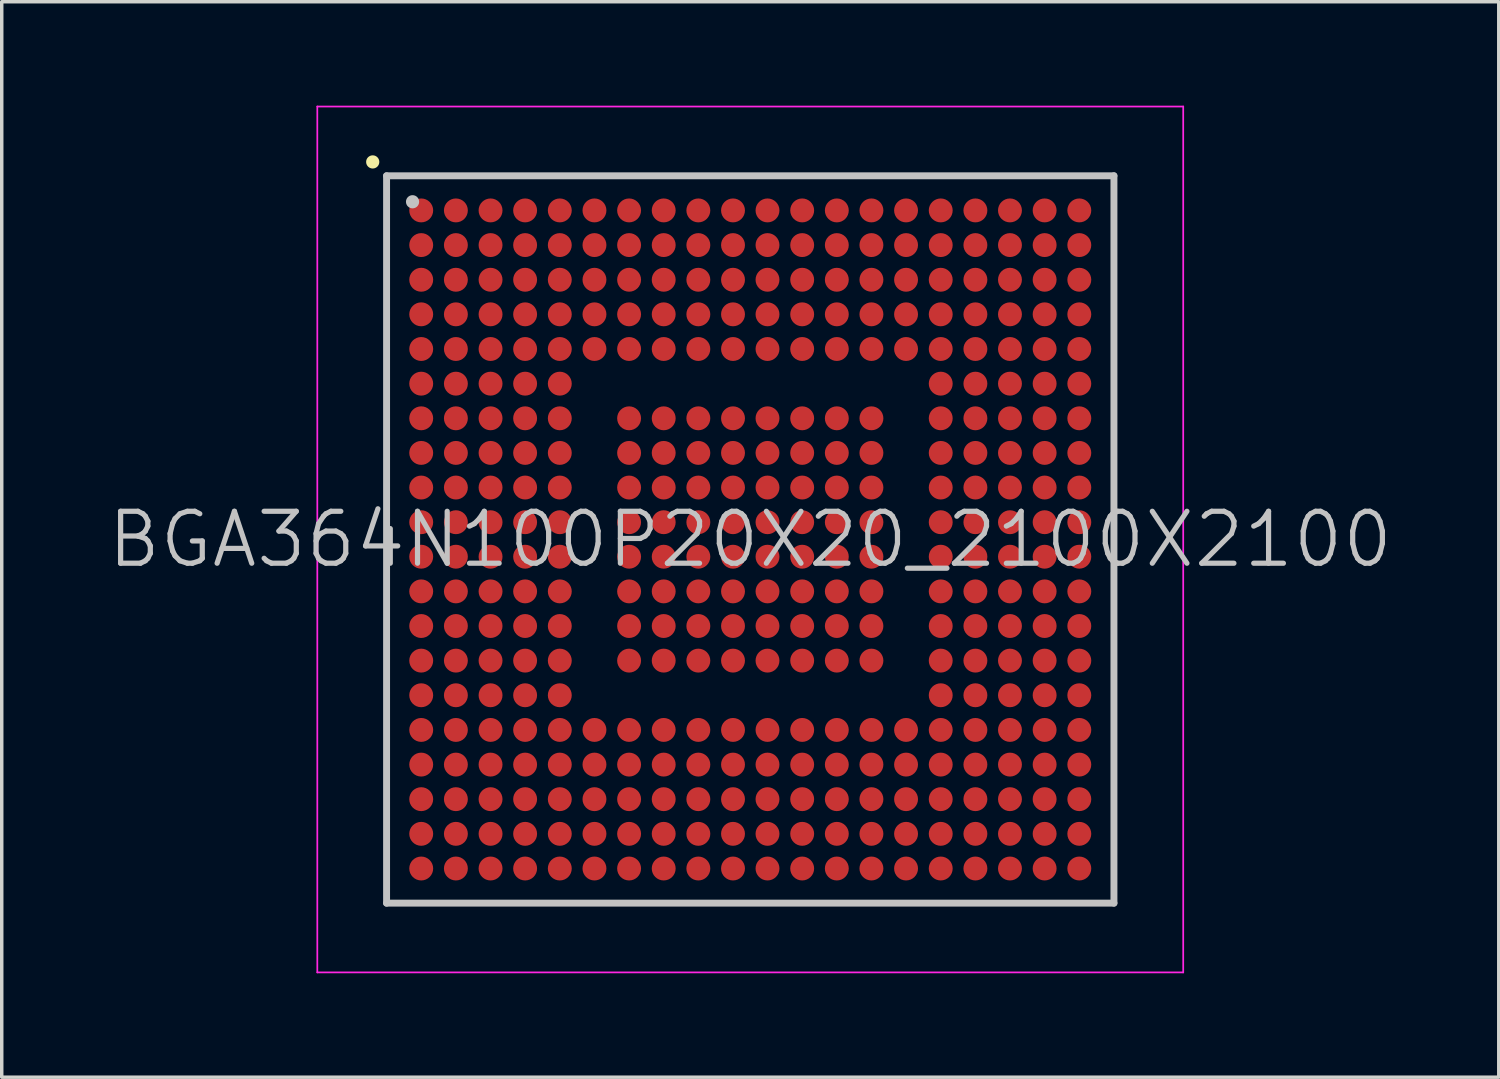
<source format=kicad_pcb>
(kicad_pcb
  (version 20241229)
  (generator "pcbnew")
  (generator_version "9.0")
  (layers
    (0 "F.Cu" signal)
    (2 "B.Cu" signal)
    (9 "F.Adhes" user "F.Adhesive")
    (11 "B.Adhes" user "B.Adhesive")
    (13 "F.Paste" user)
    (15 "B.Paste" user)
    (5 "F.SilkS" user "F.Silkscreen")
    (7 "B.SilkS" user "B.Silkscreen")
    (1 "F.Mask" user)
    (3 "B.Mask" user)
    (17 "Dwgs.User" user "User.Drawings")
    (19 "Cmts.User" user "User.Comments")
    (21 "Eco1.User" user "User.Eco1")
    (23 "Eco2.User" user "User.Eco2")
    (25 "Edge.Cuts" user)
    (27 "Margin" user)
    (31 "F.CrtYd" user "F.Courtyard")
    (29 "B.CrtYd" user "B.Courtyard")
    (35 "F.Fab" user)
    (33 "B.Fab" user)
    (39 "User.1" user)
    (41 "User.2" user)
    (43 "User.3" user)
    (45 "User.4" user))
  (footprint "BGA364N100P20X20_2100X2100"
    (layer "F.Cu")
    (at 18.611 12.525)
    (property "Reference" "BGA364N100P20X20_2100X2100" (at 0 0 0) (layer "Dwgs.User") (effects (font (size 1.5 1.5) (thickness 0.15))))
    (attr smd)
    (fp_line (start -10.9 -10.9) (end -10.9 -10.9) (stroke (width 0.381) (type solid)) (layer "F.SilkS"))
    (fp_line (start -10.5 -10.5) (end -10.5 10.5) (stroke (width 0.2) (type solid)) (layer "Dwgs.User"))
    (fp_line (start -10.5 -10.5) (end 10.5 -10.5) (stroke (width 0.2) (type solid)) (layer "Dwgs.User"))
    (fp_line (start -10.5 10.5) (end 10.5 10.5) (stroke (width 0.2) (type solid)) (layer "Dwgs.User"))
    (fp_line (start -9.75 -9.75) (end -9.75 -9.75) (stroke (width 0.381) (type solid)) (layer "Dwgs.User"))
    (fp_line (start 10.5 -10.5) (end 10.5 10.5) (stroke (width 0.2) (type solid)) (layer "Dwgs.User"))
    (fp_line (start -12.5 -12.5) (end -12.5 12.5) (stroke (width 0.05) (type solid)) (layer "F.CrtYd"))
    (fp_line (start -12.5 -12.5) (end 12.5 -12.5) (stroke (width 0.05) (type solid)) (layer "F.CrtYd"))
    (fp_line (start -12.5 12.5) (end 12.5 12.5) (stroke (width 0.05) (type solid)) (layer "F.CrtYd"))
    (fp_line (start 12.5 -12.5) (end 12.5 12.5) (stroke (width 0.05) (type solid)) (layer "F.CrtYd"))
    (pad "A1" smd circle (at -9.5 -9.5 270) (size 0.69 0.69) (layers "F.Cu" "F.Mask" "F.Paste"))
    (pad "A2" smd circle (at -8.499 -9.5 270) (size 0.69 0.69) (layers "F.Cu" "F.Mask" "F.Paste"))
    (pad "A3" smd circle (at -7.498 -9.5 270) (size 0.69 0.69) (layers "F.Cu" "F.Mask" "F.Paste"))
    (pad "A4" smd circle (at -6.5 -9.5 270) (size 0.69 0.69) (layers "F.Cu" "F.Mask" "F.Paste"))
    (pad "A5" smd circle (at -5.499 -9.5 270) (size 0.69 0.69) (layers "F.Cu" "F.Mask" "F.Paste"))
    (pad "A6" smd circle (at -4.498 -9.5 270) (size 0.69 0.69) (layers "F.Cu" "F.Mask" "F.Paste"))
    (pad "A7" smd circle (at -3.498 -9.5 270) (size 0.69 0.69) (layers "F.Cu" "F.Mask" "F.Paste"))
    (pad "A8" smd circle (at -2.499 -9.5 270) (size 0.69 0.69) (layers "F.Cu" "F.Mask" "F.Paste"))
    (pad "A9" smd circle (at -1.499 -9.5 270) (size 0.69 0.69) (layers "F.Cu" "F.Mask" "F.Paste"))
    (pad "A10" smd circle (at -0.498 -9.5 270) (size 0.69 0.69) (layers "F.Cu" "F.Mask" "F.Paste"))
    (pad "A11" smd circle (at 0.498 -9.5 270) (size 0.69 0.69) (layers "F.Cu" "F.Mask" "F.Paste"))
    (pad "A12" smd circle (at 1.499 -9.5 270) (size 0.69 0.69) (layers "F.Cu" "F.Mask" "F.Paste"))
    (pad "A13" smd circle (at 2.499 -9.5 270) (size 0.69 0.69) (layers "F.Cu" "F.Mask" "F.Paste"))
    (pad "A14" smd circle (at 3.498 -9.5 270) (size 0.69 0.69) (layers "F.Cu" "F.Mask" "F.Paste"))
    (pad "A15" smd circle (at 4.498 -9.5 270) (size 0.69 0.69) (layers "F.Cu" "F.Mask" "F.Paste"))
    (pad "A16" smd circle (at 5.499 -9.5 270) (size 0.69 0.69) (layers "F.Cu" "F.Mask" "F.Paste"))
    (pad "A17" smd circle (at 6.5 -9.5 270) (size 0.69 0.69) (layers "F.Cu" "F.Mask" "F.Paste"))
    (pad "A18" smd circle (at 7.498 -9.5 270) (size 0.69 0.69) (layers "F.Cu" "F.Mask" "F.Paste"))
    (pad "A19" smd circle (at 8.499 -9.5 270) (size 0.69 0.69) (layers "F.Cu" "F.Mask" "F.Paste"))
    (pad "A20" smd circle (at 9.5 -9.5 270) (size 0.69 0.69) (layers "F.Cu" "F.Mask" "F.Paste"))
    (pad "B1" smd circle (at -9.5 -8.499 270) (size 0.69 0.69) (layers "F.Cu" "F.Mask" "F.Paste"))
    (pad "B2" smd circle (at -8.499 -8.499 270) (size 0.69 0.69) (layers "F.Cu" "F.Mask" "F.Paste"))
    (pad "B3" smd circle (at -7.498 -8.499 270) (size 0.69 0.69) (layers "F.Cu" "F.Mask" "F.Paste"))
    (pad "B4" smd circle (at -6.5 -8.499 270) (size 0.69 0.69) (layers "F.Cu" "F.Mask" "F.Paste"))
    (pad "B5" smd circle (at -5.499 -8.499 270) (size 0.69 0.69) (layers "F.Cu" "F.Mask" "F.Paste"))
    (pad "B6" smd circle (at -4.498 -8.499 270) (size 0.69 0.69) (layers "F.Cu" "F.Mask" "F.Paste"))
    (pad "B7" smd circle (at -3.498 -8.499 270) (size 0.69 0.69) (layers "F.Cu" "F.Mask" "F.Paste"))
    (pad "B8" smd circle (at -2.499 -8.499 270) (size 0.69 0.69) (layers "F.Cu" "F.Mask" "F.Paste"))
    (pad "B9" smd circle (at -1.499 -8.499 270) (size 0.69 0.69) (layers "F.Cu" "F.Mask" "F.Paste"))
    (pad "B10" smd circle (at -0.498 -8.499 270) (size 0.69 0.69) (layers "F.Cu" "F.Mask" "F.Paste"))
    (pad "B11" smd circle (at 0.498 -8.499 270) (size 0.69 0.69) (layers "F.Cu" "F.Mask" "F.Paste"))
    (pad "B12" smd circle (at 1.499 -8.499 270) (size 0.69 0.69) (layers "F.Cu" "F.Mask" "F.Paste"))
    (pad "B13" smd circle (at 2.499 -8.499 270) (size 0.69 0.69) (layers "F.Cu" "F.Mask" "F.Paste"))
    (pad "B14" smd circle (at 3.498 -8.499 270) (size 0.69 0.69) (layers "F.Cu" "F.Mask" "F.Paste"))
    (pad "B15" smd circle (at 4.498 -8.499 270) (size 0.69 0.69) (layers "F.Cu" "F.Mask" "F.Paste"))
    (pad "B16" smd circle (at 5.499 -8.499 270) (size 0.69 0.69) (layers "F.Cu" "F.Mask" "F.Paste"))
    (pad "B17" smd circle (at 6.5 -8.499 270) (size 0.69 0.69) (layers "F.Cu" "F.Mask" "F.Paste"))
    (pad "B18" smd circle (at 7.498 -8.499 270) (size 0.69 0.69) (layers "F.Cu" "F.Mask" "F.Paste"))
    (pad "B19" smd circle (at 8.499 -8.499 270) (size 0.69 0.69) (layers "F.Cu" "F.Mask" "F.Paste"))
    (pad "B20" smd circle (at 9.5 -8.499 270) (size 0.69 0.69) (layers "F.Cu" "F.Mask" "F.Paste"))
    (pad "C1" smd circle (at -9.5 -7.498 270) (size 0.69 0.69) (layers "F.Cu" "F.Mask" "F.Paste"))
    (pad "C2" smd circle (at -8.499 -7.498 270) (size 0.69 0.69) (layers "F.Cu" "F.Mask" "F.Paste"))
    (pad "C3" smd circle (at -7.498 -7.498 270) (size 0.69 0.69) (layers "F.Cu" "F.Mask" "F.Paste"))
    (pad "C4" smd circle (at -6.5 -7.498 270) (size 0.69 0.69) (layers "F.Cu" "F.Mask" "F.Paste"))
    (pad "C5" smd circle (at -5.499 -7.498 270) (size 0.69 0.69) (layers "F.Cu" "F.Mask" "F.Paste"))
    (pad "C6" smd circle (at -4.498 -7.498 270) (size 0.69 0.69) (layers "F.Cu" "F.Mask" "F.Paste"))
    (pad "C7" smd circle (at -3.498 -7.498 270) (size 0.69 0.69) (layers "F.Cu" "F.Mask" "F.Paste"))
    (pad "C8" smd circle (at -2.499 -7.498 270) (size 0.69 0.69) (layers "F.Cu" "F.Mask" "F.Paste"))
    (pad "C9" smd circle (at -1.499 -7.498 270) (size 0.69 0.69) (layers "F.Cu" "F.Mask" "F.Paste"))
    (pad "C10" smd circle (at -0.498 -7.498 270) (size 0.69 0.69) (layers "F.Cu" "F.Mask" "F.Paste"))
    (pad "C11" smd circle (at 0.498 -7.498 270) (size 0.69 0.69) (layers "F.Cu" "F.Mask" "F.Paste"))
    (pad "C12" smd circle (at 1.499 -7.498 270) (size 0.69 0.69) (layers "F.Cu" "F.Mask" "F.Paste"))
    (pad "C13" smd circle (at 2.499 -7.498 270) (size 0.69 0.69) (layers "F.Cu" "F.Mask" "F.Paste"))
    (pad "C14" smd circle (at 3.498 -7.498 270) (size 0.69 0.69) (layers "F.Cu" "F.Mask" "F.Paste"))
    (pad "C15" smd circle (at 4.498 -7.498 270) (size 0.69 0.69) (layers "F.Cu" "F.Mask" "F.Paste"))
    (pad "C16" smd circle (at 5.499 -7.498 270) (size 0.69 0.69) (layers "F.Cu" "F.Mask" "F.Paste"))
    (pad "C17" smd circle (at 6.5 -7.498 270) (size 0.69 0.69) (layers "F.Cu" "F.Mask" "F.Paste"))
    (pad "C18" smd circle (at 7.498 -7.498 270) (size 0.69 0.69) (layers "F.Cu" "F.Mask" "F.Paste"))
    (pad "C19" smd circle (at 8.499 -7.498 270) (size 0.69 0.69) (layers "F.Cu" "F.Mask" "F.Paste"))
    (pad "C20" smd circle (at 9.5 -7.498 270) (size 0.69 0.69) (layers "F.Cu" "F.Mask" "F.Paste"))
    (pad "D1" smd circle (at -9.5 -6.5 270) (size 0.69 0.69) (layers "F.Cu" "F.Mask" "F.Paste"))
    (pad "D2" smd circle (at -8.499 -6.5 270) (size 0.69 0.69) (layers "F.Cu" "F.Mask" "F.Paste"))
    (pad "D3" smd circle (at -7.498 -6.5 270) (size 0.69 0.69) (layers "F.Cu" "F.Mask" "F.Paste"))
    (pad "D4" smd circle (at -6.5 -6.5 270) (size 0.69 0.69) (layers "F.Cu" "F.Mask" "F.Paste"))
    (pad "D5" smd circle (at -5.499 -6.5 270) (size 0.69 0.69) (layers "F.Cu" "F.Mask" "F.Paste"))
    (pad "D6" smd circle (at -4.498 -6.5 270) (size 0.69 0.69) (layers "F.Cu" "F.Mask" "F.Paste"))
    (pad "D7" smd circle (at -3.498 -6.5 270) (size 0.69 0.69) (layers "F.Cu" "F.Mask" "F.Paste"))
    (pad "D8" smd circle (at -2.499 -6.5 270) (size 0.69 0.69) (layers "F.Cu" "F.Mask" "F.Paste"))
    (pad "D9" smd circle (at -1.499 -6.5 270) (size 0.69 0.69) (layers "F.Cu" "F.Mask" "F.Paste"))
    (pad "D10" smd circle (at -0.498 -6.5 270) (size 0.69 0.69) (layers "F.Cu" "F.Mask" "F.Paste"))
    (pad "D11" smd circle (at 0.498 -6.5 270) (size 0.69 0.69) (layers "F.Cu" "F.Mask" "F.Paste"))
    (pad "D12" smd circle (at 1.499 -6.5 270) (size 0.69 0.69) (layers "F.Cu" "F.Mask" "F.Paste"))
    (pad "D13" smd circle (at 2.499 -6.5 270) (size 0.69 0.69) (layers "F.Cu" "F.Mask" "F.Paste"))
    (pad "D14" smd circle (at 3.498 -6.5 270) (size 0.69 0.69) (layers "F.Cu" "F.Mask" "F.Paste"))
    (pad "D15" smd circle (at 4.498 -6.5 270) (size 0.69 0.69) (layers "F.Cu" "F.Mask" "F.Paste"))
    (pad "D16" smd circle (at 5.499 -6.5 270) (size 0.69 0.69) (layers "F.Cu" "F.Mask" "F.Paste"))
    (pad "D17" smd circle (at 6.5 -6.5 270) (size 0.69 0.69) (layers "F.Cu" "F.Mask" "F.Paste"))
    (pad "D18" smd circle (at 7.498 -6.5 270) (size 0.69 0.69) (layers "F.Cu" "F.Mask" "F.Paste"))
    (pad "D19" smd circle (at 8.499 -6.5 270) (size 0.69 0.69) (layers "F.Cu" "F.Mask" "F.Paste"))
    (pad "D20" smd circle (at 9.5 -6.5 270) (size 0.69 0.69) (layers "F.Cu" "F.Mask" "F.Paste"))
    (pad "E1" smd circle (at -9.5 -5.499 270) (size 0.69 0.69) (layers "F.Cu" "F.Mask" "F.Paste"))
    (pad "E2" smd circle (at -8.499 -5.499 270) (size 0.69 0.69) (layers "F.Cu" "F.Mask" "F.Paste"))
    (pad "E3" smd circle (at -7.498 -5.499 270) (size 0.69 0.69) (layers "F.Cu" "F.Mask" "F.Paste"))
    (pad "E4" smd circle (at -6.5 -5.499 270) (size 0.69 0.69) (layers "F.Cu" "F.Mask" "F.Paste"))
    (pad "E5" smd circle (at -5.499 -5.499 270) (size 0.69 0.69) (layers "F.Cu" "F.Mask" "F.Paste"))
    (pad "E6" smd circle (at -4.498 -5.499 270) (size 0.69 0.69) (layers "F.Cu" "F.Mask" "F.Paste"))
    (pad "E7" smd circle (at -3.498 -5.499 270) (size 0.69 0.69) (layers "F.Cu" "F.Mask" "F.Paste"))
    (pad "E8" smd circle (at -2.499 -5.499 270) (size 0.69 0.69) (layers "F.Cu" "F.Mask" "F.Paste"))
    (pad "E9" smd circle (at -1.499 -5.499 270) (size 0.69 0.69) (layers "F.Cu" "F.Mask" "F.Paste"))
    (pad "E10" smd circle (at -0.498 -5.499 270) (size 0.69 0.69) (layers "F.Cu" "F.Mask" "F.Paste"))
    (pad "E11" smd circle (at 0.498 -5.499 270) (size 0.69 0.69) (layers "F.Cu" "F.Mask" "F.Paste"))
    (pad "E12" smd circle (at 1.499 -5.499 270) (size 0.69 0.69) (layers "F.Cu" "F.Mask" "F.Paste"))
    (pad "E13" smd circle (at 2.499 -5.499 270) (size 0.69 0.69) (layers "F.Cu" "F.Mask" "F.Paste"))
    (pad "E14" smd circle (at 3.498 -5.499 270) (size 0.69 0.69) (layers "F.Cu" "F.Mask" "F.Paste"))
    (pad "E15" smd circle (at 4.498 -5.499 270) (size 0.69 0.69) (layers "F.Cu" "F.Mask" "F.Paste"))
    (pad "E16" smd circle (at 5.499 -5.499 270) (size 0.69 0.69) (layers "F.Cu" "F.Mask" "F.Paste"))
    (pad "E17" smd circle (at 6.5 -5.499 270) (size 0.69 0.69) (layers "F.Cu" "F.Mask" "F.Paste"))
    (pad "E18" smd circle (at 7.498 -5.499 270) (size 0.69 0.69) (layers "F.Cu" "F.Mask" "F.Paste"))
    (pad "E19" smd circle (at 8.499 -5.499 270) (size 0.69 0.69) (layers "F.Cu" "F.Mask" "F.Paste"))
    (pad "E20" smd circle (at 9.5 -5.499 270) (size 0.69 0.69) (layers "F.Cu" "F.Mask" "F.Paste"))
    (pad "F1" smd circle (at -9.5 -4.498 270) (size 0.69 0.69) (layers "F.Cu" "F.Mask" "F.Paste"))
    (pad "F2" smd circle (at -8.499 -4.498 270) (size 0.69 0.69) (layers "F.Cu" "F.Mask" "F.Paste"))
    (pad "F3" smd circle (at -7.498 -4.498 270) (size 0.69 0.69) (layers "F.Cu" "F.Mask" "F.Paste"))
    (pad "F4" smd circle (at -6.5 -4.498 270) (size 0.69 0.69) (layers "F.Cu" "F.Mask" "F.Paste"))
    (pad "F5" smd circle (at -5.499 -4.498 270) (size 0.69 0.69) (layers "F.Cu" "F.Mask" "F.Paste"))
    (pad "F16" smd circle (at 5.499 -4.498 270) (size 0.69 0.69) (layers "F.Cu" "F.Mask" "F.Paste"))
    (pad "F17" smd circle (at 6.5 -4.498 270) (size 0.69 0.69) (layers "F.Cu" "F.Mask" "F.Paste"))
    (pad "F18" smd circle (at 7.498 -4.498 270) (size 0.69 0.69) (layers "F.Cu" "F.Mask" "F.Paste"))
    (pad "F19" smd circle (at 8.499 -4.498 270) (size 0.69 0.69) (layers "F.Cu" "F.Mask" "F.Paste"))
    (pad "F20" smd circle (at 9.5 -4.498 270) (size 0.69 0.69) (layers "F.Cu" "F.Mask" "F.Paste"))
    (pad "G1" smd circle (at -9.5 -3.498 270) (size 0.69 0.69) (layers "F.Cu" "F.Mask" "F.Paste"))
    (pad "G2" smd circle (at -8.499 -3.498 270) (size 0.69 0.69) (layers "F.Cu" "F.Mask" "F.Paste"))
    (pad "G3" smd circle (at -7.498 -3.498 270) (size 0.69 0.69) (layers "F.Cu" "F.Mask" "F.Paste"))
    (pad "G4" smd circle (at -6.5 -3.498 270) (size 0.69 0.69) (layers "F.Cu" "F.Mask" "F.Paste"))
    (pad "G5" smd circle (at -5.499 -3.498 270) (size 0.69 0.69) (layers "F.Cu" "F.Mask" "F.Paste"))
    (pad "G7" smd circle (at -3.498 -3.498 270) (size 0.69 0.69) (layers "F.Cu" "F.Mask" "F.Paste"))
    (pad "G8" smd circle (at -2.499 -3.498 270) (size 0.69 0.69) (layers "F.Cu" "F.Mask" "F.Paste"))
    (pad "G9" smd circle (at -1.499 -3.498 270) (size 0.69 0.69) (layers "F.Cu" "F.Mask" "F.Paste"))
    (pad "G10" smd circle (at -0.498 -3.498 270) (size 0.69 0.69) (layers "F.Cu" "F.Mask" "F.Paste"))
    (pad "G11" smd circle (at 0.498 -3.498 270) (size 0.69 0.69) (layers "F.Cu" "F.Mask" "F.Paste"))
    (pad "G12" smd circle (at 1.499 -3.498 270) (size 0.69 0.69) (layers "F.Cu" "F.Mask" "F.Paste"))
    (pad "G13" smd circle (at 2.499 -3.498 270) (size 0.69 0.69) (layers "F.Cu" "F.Mask" "F.Paste"))
    (pad "G14" smd circle (at 3.498 -3.498 270) (size 0.69 0.69) (layers "F.Cu" "F.Mask" "F.Paste"))
    (pad "G16" smd circle (at 5.499 -3.498 270) (size 0.69 0.69) (layers "F.Cu" "F.Mask" "F.Paste"))
    (pad "G17" smd circle (at 6.5 -3.498 270) (size 0.69 0.69) (layers "F.Cu" "F.Mask" "F.Paste"))
    (pad "G18" smd circle (at 7.498 -3.498 270) (size 0.69 0.69) (layers "F.Cu" "F.Mask" "F.Paste"))
    (pad "G19" smd circle (at 8.499 -3.498 270) (size 0.69 0.69) (layers "F.Cu" "F.Mask" "F.Paste"))
    (pad "G20" smd circle (at 9.5 -3.498 270) (size 0.69 0.69) (layers "F.Cu" "F.Mask" "F.Paste"))
    (pad "H1" smd circle (at -9.5 -2.499 270) (size 0.69 0.69) (layers "F.Cu" "F.Mask" "F.Paste"))
    (pad "H2" smd circle (at -8.499 -2.499 270) (size 0.69 0.69) (layers "F.Cu" "F.Mask" "F.Paste"))
    (pad "H3" smd circle (at -7.498 -2.499 270) (size 0.69 0.69) (layers "F.Cu" "F.Mask" "F.Paste"))
    (pad "H4" smd circle (at -6.5 -2.499 270) (size 0.69 0.69) (layers "F.Cu" "F.Mask" "F.Paste"))
    (pad "H5" smd circle (at -5.499 -2.499 270) (size 0.69 0.69) (layers "F.Cu" "F.Mask" "F.Paste"))
    (pad "H7" smd circle (at -3.498 -2.499 270) (size 0.69 0.69) (layers "F.Cu" "F.Mask" "F.Paste"))
    (pad "H8" smd circle (at -2.499 -2.499 270) (size 0.69 0.69) (layers "F.Cu" "F.Mask" "F.Paste"))
    (pad "H9" smd circle (at -1.499 -2.499 270) (size 0.69 0.69) (layers "F.Cu" "F.Mask" "F.Paste"))
    (pad "H10" smd circle (at -0.498 -2.499 270) (size 0.69 0.69) (layers "F.Cu" "F.Mask" "F.Paste"))
    (pad "H11" smd circle (at 0.498 -2.499 270) (size 0.69 0.69) (layers "F.Cu" "F.Mask" "F.Paste"))
    (pad "H12" smd circle (at 1.499 -2.499 270) (size 0.69 0.69) (layers "F.Cu" "F.Mask" "F.Paste"))
    (pad "H13" smd circle (at 2.499 -2.499 270) (size 0.69 0.69) (layers "F.Cu" "F.Mask" "F.Paste"))
    (pad "H14" smd circle (at 3.498 -2.499 270) (size 0.69 0.69) (layers "F.Cu" "F.Mask" "F.Paste"))
    (pad "H16" smd circle (at 5.499 -2.499 270) (size 0.69 0.69) (layers "F.Cu" "F.Mask" "F.Paste"))
    (pad "H17" smd circle (at 6.5 -2.499 270) (size 0.69 0.69) (layers "F.Cu" "F.Mask" "F.Paste"))
    (pad "H18" smd circle (at 7.498 -2.499 270) (size 0.69 0.69) (layers "F.Cu" "F.Mask" "F.Paste"))
    (pad "H19" smd circle (at 8.499 -2.499 270) (size 0.69 0.69) (layers "F.Cu" "F.Mask" "F.Paste"))
    (pad "H20" smd circle (at 9.5 -2.499 270) (size 0.69 0.69) (layers "F.Cu" "F.Mask" "F.Paste"))
    (pad "J1" smd circle (at -9.5 -1.499 270) (size 0.69 0.69) (layers "F.Cu" "F.Mask" "F.Paste"))
    (pad "J2" smd circle (at -8.499 -1.499 270) (size 0.69 0.69) (layers "F.Cu" "F.Mask" "F.Paste"))
    (pad "J3" smd circle (at -7.498 -1.499 270) (size 0.69 0.69) (layers "F.Cu" "F.Mask" "F.Paste"))
    (pad "J4" smd circle (at -6.5 -1.499 270) (size 0.69 0.69) (layers "F.Cu" "F.Mask" "F.Paste"))
    (pad "J5" smd circle (at -5.499 -1.499 270) (size 0.69 0.69) (layers "F.Cu" "F.Mask" "F.Paste"))
    (pad "J7" smd circle (at -3.498 -1.499 270) (size 0.69 0.69) (layers "F.Cu" "F.Mask" "F.Paste"))
    (pad "J8" smd circle (at -2.499 -1.499 270) (size 0.69 0.69) (layers "F.Cu" "F.Mask" "F.Paste"))
    (pad "J9" smd circle (at -1.499 -1.499 270) (size 0.69 0.69) (layers "F.Cu" "F.Mask" "F.Paste"))
    (pad "J10" smd circle (at -0.498 -1.499 270) (size 0.69 0.69) (layers "F.Cu" "F.Mask" "F.Paste"))
    (pad "J11" smd circle (at 0.498 -1.499 270) (size 0.69 0.69) (layers "F.Cu" "F.Mask" "F.Paste"))
    (pad "J12" smd circle (at 1.499 -1.499 270) (size 0.69 0.69) (layers "F.Cu" "F.Mask" "F.Paste"))
    (pad "J13" smd circle (at 2.499 -1.499 270) (size 0.69 0.69) (layers "F.Cu" "F.Mask" "F.Paste"))
    (pad "J14" smd circle (at 3.498 -1.499 270) (size 0.69 0.69) (layers "F.Cu" "F.Mask" "F.Paste"))
    (pad "J16" smd circle (at 5.499 -1.499 270) (size 0.69 0.69) (layers "F.Cu" "F.Mask" "F.Paste"))
    (pad "J17" smd circle (at 6.5 -1.499 270) (size 0.69 0.69) (layers "F.Cu" "F.Mask" "F.Paste"))
    (pad "J18" smd circle (at 7.498 -1.499 270) (size 0.69 0.69) (layers "F.Cu" "F.Mask" "F.Paste"))
    (pad "J19" smd circle (at 8.499 -1.499 270) (size 0.69 0.69) (layers "F.Cu" "F.Mask" "F.Paste"))
    (pad "J20" smd circle (at 9.5 -1.499 270) (size 0.69 0.69) (layers "F.Cu" "F.Mask" "F.Paste"))
    (pad "K1" smd circle (at -9.5 -0.498 270) (size 0.69 0.69) (layers "F.Cu" "F.Mask" "F.Paste"))
    (pad "K2" smd circle (at -8.499 -0.498 270) (size 0.69 0.69) (layers "F.Cu" "F.Mask" "F.Paste"))
    (pad "K3" smd circle (at -7.498 -0.498 270) (size 0.69 0.69) (layers "F.Cu" "F.Mask" "F.Paste"))
    (pad "K4" smd circle (at -6.5 -0.498 270) (size 0.69 0.69) (layers "F.Cu" "F.Mask" "F.Paste"))
    (pad "K5" smd circle (at -5.499 -0.498 270) (size 0.69 0.69) (layers "F.Cu" "F.Mask" "F.Paste"))
    (pad "K7" smd circle (at -3.498 -0.498 270) (size 0.69 0.69) (layers "F.Cu" "F.Mask" "F.Paste"))
    (pad "K8" smd circle (at -2.499 -0.498 270) (size 0.69 0.69) (layers "F.Cu" "F.Mask" "F.Paste"))
    (pad "K9" smd circle (at -1.499 -0.498 270) (size 0.69 0.69) (layers "F.Cu" "F.Mask" "F.Paste"))
    (pad "K10" smd circle (at -0.498 -0.498 270) (size 0.69 0.69) (layers "F.Cu" "F.Mask" "F.Paste"))
    (pad "K11" smd circle (at 0.498 -0.498 270) (size 0.69 0.69) (layers "F.Cu" "F.Mask" "F.Paste"))
    (pad "K12" smd circle (at 1.499 -0.498 270) (size 0.69 0.69) (layers "F.Cu" "F.Mask" "F.Paste"))
    (pad "K13" smd circle (at 2.499 -0.498 270) (size 0.69 0.69) (layers "F.Cu" "F.Mask" "F.Paste"))
    (pad "K14" smd circle (at 3.498 -0.498 270) (size 0.69 0.69) (layers "F.Cu" "F.Mask" "F.Paste"))
    (pad "K16" smd circle (at 5.499 -0.498 270) (size 0.69 0.69) (layers "F.Cu" "F.Mask" "F.Paste"))
    (pad "K17" smd circle (at 6.5 -0.498 270) (size 0.69 0.69) (layers "F.Cu" "F.Mask" "F.Paste"))
    (pad "K18" smd circle (at 7.498 -0.498 270) (size 0.69 0.69) (layers "F.Cu" "F.Mask" "F.Paste"))
    (pad "K19" smd circle (at 8.499 -0.498 270) (size 0.69 0.69) (layers "F.Cu" "F.Mask" "F.Paste"))
    (pad "K20" smd circle (at 9.5 -0.498 270) (size 0.69 0.69) (layers "F.Cu" "F.Mask" "F.Paste"))
    (pad "L1" smd circle (at -9.5 0.498 270) (size 0.69 0.69) (layers "F.Cu" "F.Mask" "F.Paste"))
    (pad "L2" smd circle (at -8.499 0.498 270) (size 0.69 0.69) (layers "F.Cu" "F.Mask" "F.Paste"))
    (pad "L3" smd circle (at -7.498 0.498 270) (size 0.69 0.69) (layers "F.Cu" "F.Mask" "F.Paste"))
    (pad "L4" smd circle (at -6.5 0.498 270) (size 0.69 0.69) (layers "F.Cu" "F.Mask" "F.Paste"))
    (pad "L5" smd circle (at -5.499 0.498 270) (size 0.69 0.69) (layers "F.Cu" "F.Mask" "F.Paste"))
    (pad "L7" smd circle (at -3.498 0.498 270) (size 0.69 0.69) (layers "F.Cu" "F.Mask" "F.Paste"))
    (pad "L8" smd circle (at -2.499 0.498 270) (size 0.69 0.69) (layers "F.Cu" "F.Mask" "F.Paste"))
    (pad "L9" smd circle (at -1.499 0.498 270) (size 0.69 0.69) (layers "F.Cu" "F.Mask" "F.Paste"))
    (pad "L10" smd circle (at -0.498 0.498 270) (size 0.69 0.69) (layers "F.Cu" "F.Mask" "F.Paste"))
    (pad "L11" smd circle (at 0.498 0.498 270) (size 0.69 0.69) (layers "F.Cu" "F.Mask" "F.Paste"))
    (pad "L12" smd circle (at 1.499 0.498 270) (size 0.69 0.69) (layers "F.Cu" "F.Mask" "F.Paste"))
    (pad "L13" smd circle (at 2.499 0.498 270) (size 0.69 0.69) (layers "F.Cu" "F.Mask" "F.Paste"))
    (pad "L14" smd circle (at 3.498 0.498 270) (size 0.69 0.69) (layers "F.Cu" "F.Mask" "F.Paste"))
    (pad "L16" smd circle (at 5.499 0.498 270) (size 0.69 0.69) (layers "F.Cu" "F.Mask" "F.Paste"))
    (pad "L17" smd circle (at 6.5 0.498 270) (size 0.69 0.69) (layers "F.Cu" "F.Mask" "F.Paste"))
    (pad "L18" smd circle (at 7.498 0.498 270) (size 0.69 0.69) (layers "F.Cu" "F.Mask" "F.Paste"))
    (pad "L19" smd circle (at 8.499 0.498 270) (size 0.69 0.69) (layers "F.Cu" "F.Mask" "F.Paste"))
    (pad "L20" smd circle (at 9.5 0.498 270) (size 0.69 0.69) (layers "F.Cu" "F.Mask" "F.Paste"))
    (pad "M1" smd circle (at -9.5 1.499 270) (size 0.69 0.69) (layers "F.Cu" "F.Mask" "F.Paste"))
    (pad "M2" smd circle (at -8.499 1.499 270) (size 0.69 0.69) (layers "F.Cu" "F.Mask" "F.Paste"))
    (pad "M3" smd circle (at -7.498 1.499 270) (size 0.69 0.69) (layers "F.Cu" "F.Mask" "F.Paste"))
    (pad "M4" smd circle (at -6.5 1.499 270) (size 0.69 0.69) (layers "F.Cu" "F.Mask" "F.Paste"))
    (pad "M5" smd circle (at -5.499 1.499 270) (size 0.69 0.69) (layers "F.Cu" "F.Mask" "F.Paste"))
    (pad "M7" smd circle (at -3.498 1.499 270) (size 0.69 0.69) (layers "F.Cu" "F.Mask" "F.Paste"))
    (pad "M8" smd circle (at -2.499 1.499 270) (size 0.69 0.69) (layers "F.Cu" "F.Mask" "F.Paste"))
    (pad "M9" smd circle (at -1.499 1.499 270) (size 0.69 0.69) (layers "F.Cu" "F.Mask" "F.Paste"))
    (pad "M10" smd circle (at -0.498 1.499 270) (size 0.69 0.69) (layers "F.Cu" "F.Mask" "F.Paste"))
    (pad "M11" smd circle (at 0.498 1.499 270) (size 0.69 0.69) (layers "F.Cu" "F.Mask" "F.Paste"))
    (pad "M12" smd circle (at 1.499 1.499 270) (size 0.69 0.69) (layers "F.Cu" "F.Mask" "F.Paste"))
    (pad "M13" smd circle (at 2.499 1.499 270) (size 0.69 0.69) (layers "F.Cu" "F.Mask" "F.Paste"))
    (pad "M14" smd circle (at 3.498 1.499 270) (size 0.69 0.69) (layers "F.Cu" "F.Mask" "F.Paste"))
    (pad "M16" smd circle (at 5.499 1.499 270) (size 0.69 0.69) (layers "F.Cu" "F.Mask" "F.Paste"))
    (pad "M17" smd circle (at 6.5 1.499 270) (size 0.69 0.69) (layers "F.Cu" "F.Mask" "F.Paste"))
    (pad "M18" smd circle (at 7.498 1.499 270) (size 0.69 0.69) (layers "F.Cu" "F.Mask" "F.Paste"))
    (pad "M19" smd circle (at 8.499 1.499 270) (size 0.69 0.69) (layers "F.Cu" "F.Mask" "F.Paste"))
    (pad "M20" smd circle (at 9.5 1.499 270) (size 0.69 0.69) (layers "F.Cu" "F.Mask" "F.Paste"))
    (pad "N1" smd circle (at -9.5 2.499 270) (size 0.69 0.69) (layers "F.Cu" "F.Mask" "F.Paste"))
    (pad "N2" smd circle (at -8.499 2.499 270) (size 0.69 0.69) (layers "F.Cu" "F.Mask" "F.Paste"))
    (pad "N3" smd circle (at -7.498 2.499 270) (size 0.69 0.69) (layers "F.Cu" "F.Mask" "F.Paste"))
    (pad "N4" smd circle (at -6.5 2.499 270) (size 0.69 0.69) (layers "F.Cu" "F.Mask" "F.Paste"))
    (pad "N5" smd circle (at -5.499 2.499 270) (size 0.69 0.69) (layers "F.Cu" "F.Mask" "F.Paste"))
    (pad "N7" smd circle (at -3.498 2.499 270) (size 0.69 0.69) (layers "F.Cu" "F.Mask" "F.Paste"))
    (pad "N8" smd circle (at -2.499 2.499 270) (size 0.69 0.69) (layers "F.Cu" "F.Mask" "F.Paste"))
    (pad "N9" smd circle (at -1.499 2.499 270) (size 0.69 0.69) (layers "F.Cu" "F.Mask" "F.Paste"))
    (pad "N10" smd circle (at -0.498 2.499 270) (size 0.69 0.69) (layers "F.Cu" "F.Mask" "F.Paste"))
    (pad "N11" smd circle (at 0.498 2.499 270) (size 0.69 0.69) (layers "F.Cu" "F.Mask" "F.Paste"))
    (pad "N12" smd circle (at 1.499 2.499 270) (size 0.69 0.69) (layers "F.Cu" "F.Mask" "F.Paste"))
    (pad "N13" smd circle (at 2.499 2.499 270) (size 0.69 0.69) (layers "F.Cu" "F.Mask" "F.Paste"))
    (pad "N14" smd circle (at 3.498 2.499 270) (size 0.69 0.69) (layers "F.Cu" "F.Mask" "F.Paste"))
    (pad "N16" smd circle (at 5.499 2.499 270) (size 0.69 0.69) (layers "F.Cu" "F.Mask" "F.Paste"))
    (pad "N17" smd circle (at 6.5 2.499 270) (size 0.69 0.69) (layers "F.Cu" "F.Mask" "F.Paste"))
    (pad "N18" smd circle (at 7.498 2.499 270) (size 0.69 0.69) (layers "F.Cu" "F.Mask" "F.Paste"))
    (pad "N19" smd circle (at 8.499 2.499 270) (size 0.69 0.69) (layers "F.Cu" "F.Mask" "F.Paste"))
    (pad "N20" smd circle (at 9.5 2.499 270) (size 0.69 0.69) (layers "F.Cu" "F.Mask" "F.Paste"))
    (pad "P1" smd circle (at -9.5 3.498 270) (size 0.69 0.69) (layers "F.Cu" "F.Mask" "F.Paste"))
    (pad "P2" smd circle (at -8.499 3.498 270) (size 0.69 0.69) (layers "F.Cu" "F.Mask" "F.Paste"))
    (pad "P3" smd circle (at -7.498 3.498 270) (size 0.69 0.69) (layers "F.Cu" "F.Mask" "F.Paste"))
    (pad "P4" smd circle (at -6.5 3.498 270) (size 0.69 0.69) (layers "F.Cu" "F.Mask" "F.Paste"))
    (pad "P5" smd circle (at -5.499 3.498 270) (size 0.69 0.69) (layers "F.Cu" "F.Mask" "F.Paste"))
    (pad "P7" smd circle (at -3.498 3.498 270) (size 0.69 0.69) (layers "F.Cu" "F.Mask" "F.Paste"))
    (pad "P8" smd circle (at -2.499 3.498 270) (size 0.69 0.69) (layers "F.Cu" "F.Mask" "F.Paste"))
    (pad "P9" smd circle (at -1.499 3.498 270) (size 0.69 0.69) (layers "F.Cu" "F.Mask" "F.Paste"))
    (pad "P10" smd circle (at -0.498 3.498 270) (size 0.69 0.69) (layers "F.Cu" "F.Mask" "F.Paste"))
    (pad "P11" smd circle (at 0.498 3.498 270) (size 0.69 0.69) (layers "F.Cu" "F.Mask" "F.Paste"))
    (pad "P12" smd circle (at 1.499 3.498 270) (size 0.69 0.69) (layers "F.Cu" "F.Mask" "F.Paste"))
    (pad "P13" smd circle (at 2.499 3.498 270) (size 0.69 0.69) (layers "F.Cu" "F.Mask" "F.Paste"))
    (pad "P14" smd circle (at 3.498 3.498 270) (size 0.69 0.69) (layers "F.Cu" "F.Mask" "F.Paste"))
    (pad "P16" smd circle (at 5.499 3.498 270) (size 0.69 0.69) (layers "F.Cu" "F.Mask" "F.Paste"))
    (pad "P17" smd circle (at 6.5 3.498 270) (size 0.69 0.69) (layers "F.Cu" "F.Mask" "F.Paste"))
    (pad "P18" smd circle (at 7.498 3.498 270) (size 0.69 0.69) (layers "F.Cu" "F.Mask" "F.Paste"))
    (pad "P19" smd circle (at 8.499 3.498 270) (size 0.69 0.69) (layers "F.Cu" "F.Mask" "F.Paste"))
    (pad "P20" smd circle (at 9.5 3.498 270) (size 0.69 0.69) (layers "F.Cu" "F.Mask" "F.Paste"))
    (pad "R1" smd circle (at -9.5 4.498 270) (size 0.69 0.69) (layers "F.Cu" "F.Mask" "F.Paste"))
    (pad "R2" smd circle (at -8.499 4.498 270) (size 0.69 0.69) (layers "F.Cu" "F.Mask" "F.Paste"))
    (pad "R3" smd circle (at -7.498 4.498 270) (size 0.69 0.69) (layers "F.Cu" "F.Mask" "F.Paste"))
    (pad "R4" smd circle (at -6.5 4.498 270) (size 0.69 0.69) (layers "F.Cu" "F.Mask" "F.Paste"))
    (pad "R5" smd circle (at -5.499 4.498 270) (size 0.69 0.69) (layers "F.Cu" "F.Mask" "F.Paste"))
    (pad "R16" smd circle (at 5.499 4.498 270) (size 0.69 0.69) (layers "F.Cu" "F.Mask" "F.Paste"))
    (pad "R17" smd circle (at 6.5 4.498 270) (size 0.69 0.69) (layers "F.Cu" "F.Mask" "F.Paste"))
    (pad "R18" smd circle (at 7.498 4.498 270) (size 0.69 0.69) (layers "F.Cu" "F.Mask" "F.Paste"))
    (pad "R19" smd circle (at 8.499 4.498 270) (size 0.69 0.69) (layers "F.Cu" "F.Mask" "F.Paste"))
    (pad "R20" smd circle (at 9.5 4.498 270) (size 0.69 0.69) (layers "F.Cu" "F.Mask" "F.Paste"))
    (pad "T1" smd circle (at -9.5 5.499 270) (size 0.69 0.69) (layers "F.Cu" "F.Mask" "F.Paste"))
    (pad "T2" smd circle (at -8.499 5.499 270) (size 0.69 0.69) (layers "F.Cu" "F.Mask" "F.Paste"))
    (pad "T3" smd circle (at -7.498 5.499 270) (size 0.69 0.69) (layers "F.Cu" "F.Mask" "F.Paste"))
    (pad "T4" smd circle (at -6.5 5.499 270) (size 0.69 0.69) (layers "F.Cu" "F.Mask" "F.Paste"))
    (pad "T5" smd circle (at -5.499 5.499 270) (size 0.69 0.69) (layers "F.Cu" "F.Mask" "F.Paste"))
    (pad "T6" smd circle (at -4.498 5.499 270) (size 0.69 0.69) (layers "F.Cu" "F.Mask" "F.Paste"))
    (pad "T7" smd circle (at -3.498 5.499 270) (size 0.69 0.69) (layers "F.Cu" "F.Mask" "F.Paste"))
    (pad "T8" smd circle (at -2.499 5.499 270) (size 0.69 0.69) (layers "F.Cu" "F.Mask" "F.Paste"))
    (pad "T9" smd circle (at -1.499 5.499 270) (size 0.69 0.69) (layers "F.Cu" "F.Mask" "F.Paste"))
    (pad "T10" smd circle (at -0.498 5.499 270) (size 0.69 0.69) (layers "F.Cu" "F.Mask" "F.Paste"))
    (pad "T11" smd circle (at 0.498 5.499 270) (size 0.69 0.69) (layers "F.Cu" "F.Mask" "F.Paste"))
    (pad "T12" smd circle (at 1.499 5.499 270) (size 0.69 0.69) (layers "F.Cu" "F.Mask" "F.Paste"))
    (pad "T13" smd circle (at 2.499 5.499 270) (size 0.69 0.69) (layers "F.Cu" "F.Mask" "F.Paste"))
    (pad "T14" smd circle (at 3.498 5.499 270) (size 0.69 0.69) (layers "F.Cu" "F.Mask" "F.Paste"))
    (pad "T15" smd circle (at 4.498 5.499 270) (size 0.69 0.69) (layers "F.Cu" "F.Mask" "F.Paste"))
    (pad "T16" smd circle (at 5.499 5.499 270) (size 0.69 0.69) (layers "F.Cu" "F.Mask" "F.Paste"))
    (pad "T17" smd circle (at 6.5 5.499 270) (size 0.69 0.69) (layers "F.Cu" "F.Mask" "F.Paste"))
    (pad "T18" smd circle (at 7.498 5.499 270) (size 0.69 0.69) (layers "F.Cu" "F.Mask" "F.Paste"))
    (pad "T19" smd circle (at 8.499 5.499 270) (size 0.69 0.69) (layers "F.Cu" "F.Mask" "F.Paste"))
    (pad "T20" smd circle (at 9.5 5.499 270) (size 0.69 0.69) (layers "F.Cu" "F.Mask" "F.Paste"))
    (pad "U1" smd circle (at -9.5 6.5 270) (size 0.69 0.69) (layers "F.Cu" "F.Mask" "F.Paste"))
    (pad "U2" smd circle (at -8.499 6.5 270) (size 0.69 0.69) (layers "F.Cu" "F.Mask" "F.Paste"))
    (pad "U3" smd circle (at -7.498 6.5 270) (size 0.69 0.69) (layers "F.Cu" "F.Mask" "F.Paste"))
    (pad "U4" smd circle (at -6.5 6.5 270) (size 0.69 0.69) (layers "F.Cu" "F.Mask" "F.Paste"))
    (pad "U5" smd circle (at -5.499 6.5 270) (size 0.69 0.69) (layers "F.Cu" "F.Mask" "F.Paste"))
    (pad "U6" smd circle (at -4.498 6.5 270) (size 0.69 0.69) (layers "F.Cu" "F.Mask" "F.Paste"))
    (pad "U7" smd circle (at -3.498 6.5 270) (size 0.69 0.69) (layers "F.Cu" "F.Mask" "F.Paste"))
    (pad "U8" smd circle (at -2.499 6.5 270) (size 0.69 0.69) (layers "F.Cu" "F.Mask" "F.Paste"))
    (pad "U9" smd circle (at -1.499 6.5 270) (size 0.69 0.69) (layers "F.Cu" "F.Mask" "F.Paste"))
    (pad "U10" smd circle (at -0.498 6.5 270) (size 0.69 0.69) (layers "F.Cu" "F.Mask" "F.Paste"))
    (pad "U11" smd circle (at 0.498 6.5 270) (size 0.69 0.69) (layers "F.Cu" "F.Mask" "F.Paste"))
    (pad "U12" smd circle (at 1.499 6.5 270) (size 0.69 0.69) (layers "F.Cu" "F.Mask" "F.Paste"))
    (pad "U13" smd circle (at 2.499 6.5 270) (size 0.69 0.69) (layers "F.Cu" "F.Mask" "F.Paste"))
    (pad "U14" smd circle (at 3.498 6.5 270) (size 0.69 0.69) (layers "F.Cu" "F.Mask" "F.Paste"))
    (pad "U15" smd circle (at 4.498 6.5 270) (size 0.69 0.69) (layers "F.Cu" "F.Mask" "F.Paste"))
    (pad "U16" smd circle (at 5.499 6.5 270) (size 0.69 0.69) (layers "F.Cu" "F.Mask" "F.Paste"))
    (pad "U17" smd circle (at 6.5 6.5 270) (size 0.69 0.69) (layers "F.Cu" "F.Mask" "F.Paste"))
    (pad "U18" smd circle (at 7.498 6.5 270) (size 0.69 0.69) (layers "F.Cu" "F.Mask" "F.Paste"))
    (pad "U19" smd circle (at 8.499 6.5 270) (size 0.69 0.69) (layers "F.Cu" "F.Mask" "F.Paste"))
    (pad "U20" smd circle (at 9.5 6.5 270) (size 0.69 0.69) (layers "F.Cu" "F.Mask" "F.Paste"))
    (pad "V1" smd circle (at -9.5 7.498 270) (size 0.69 0.69) (layers "F.Cu" "F.Mask" "F.Paste"))
    (pad "V2" smd circle (at -8.499 7.498 270) (size 0.69 0.69) (layers "F.Cu" "F.Mask" "F.Paste"))
    (pad "V3" smd circle (at -7.498 7.498 270) (size 0.69 0.69) (layers "F.Cu" "F.Mask" "F.Paste"))
    (pad "V4" smd circle (at -6.5 7.498 270) (size 0.69 0.69) (layers "F.Cu" "F.Mask" "F.Paste"))
    (pad "V5" smd circle (at -5.499 7.498 270) (size 0.69 0.69) (layers "F.Cu" "F.Mask" "F.Paste"))
    (pad "V6" smd circle (at -4.498 7.498 270) (size 0.69 0.69) (layers "F.Cu" "F.Mask" "F.Paste"))
    (pad "V7" smd circle (at -3.498 7.498 270) (size 0.69 0.69) (layers "F.Cu" "F.Mask" "F.Paste"))
    (pad "V8" smd circle (at -2.499 7.498 270) (size 0.69 0.69) (layers "F.Cu" "F.Mask" "F.Paste"))
    (pad "V9" smd circle (at -1.499 7.498 270) (size 0.69 0.69) (layers "F.Cu" "F.Mask" "F.Paste"))
    (pad "V10" smd circle (at -0.498 7.498 270) (size 0.69 0.69) (layers "F.Cu" "F.Mask" "F.Paste"))
    (pad "V11" smd circle (at 0.498 7.498 270) (size 0.69 0.69) (layers "F.Cu" "F.Mask" "F.Paste"))
    (pad "V12" smd circle (at 1.499 7.498 270) (size 0.69 0.69) (layers "F.Cu" "F.Mask" "F.Paste"))
    (pad "V13" smd circle (at 2.499 7.498 270) (size 0.69 0.69) (layers "F.Cu" "F.Mask" "F.Paste"))
    (pad "V14" smd circle (at 3.498 7.498 270) (size 0.69 0.69) (layers "F.Cu" "F.Mask" "F.Paste"))
    (pad "V15" smd circle (at 4.498 7.498 270) (size 0.69 0.69) (layers "F.Cu" "F.Mask" "F.Paste"))
    (pad "V16" smd circle (at 5.499 7.498 270) (size 0.69 0.69) (layers "F.Cu" "F.Mask" "F.Paste"))
    (pad "V17" smd circle (at 6.5 7.498 270) (size 0.69 0.69) (layers "F.Cu" "F.Mask" "F.Paste"))
    (pad "V18" smd circle (at 7.498 7.498 270) (size 0.69 0.69) (layers "F.Cu" "F.Mask" "F.Paste"))
    (pad "V19" smd circle (at 8.499 7.498 270) (size 0.69 0.69) (layers "F.Cu" "F.Mask" "F.Paste"))
    (pad "V20" smd circle (at 9.5 7.498 270) (size 0.69 0.69) (layers "F.Cu" "F.Mask" "F.Paste"))
    (pad "W1" smd circle (at -9.5 8.499 270) (size 0.69 0.69) (layers "F.Cu" "F.Mask" "F.Paste"))
    (pad "W2" smd circle (at -8.499 8.499 270) (size 0.69 0.69) (layers "F.Cu" "F.Mask" "F.Paste"))
    (pad "W3" smd circle (at -7.498 8.499 270) (size 0.69 0.69) (layers "F.Cu" "F.Mask" "F.Paste"))
    (pad "W4" smd circle (at -6.5 8.499 270) (size 0.69 0.69) (layers "F.Cu" "F.Mask" "F.Paste"))
    (pad "W5" smd circle (at -5.499 8.499 270) (size 0.69 0.69) (layers "F.Cu" "F.Mask" "F.Paste"))
    (pad "W6" smd circle (at -4.498 8.499 270) (size 0.69 0.69) (layers "F.Cu" "F.Mask" "F.Paste"))
    (pad "W7" smd circle (at -3.498 8.499 270) (size 0.69 0.69) (layers "F.Cu" "F.Mask" "F.Paste"))
    (pad "W8" smd circle (at -2.499 8.499 270) (size 0.69 0.69) (layers "F.Cu" "F.Mask" "F.Paste"))
    (pad "W9" smd circle (at -1.499 8.499 270) (size 0.69 0.69) (layers "F.Cu" "F.Mask" "F.Paste"))
    (pad "W10" smd circle (at -0.498 8.499 270) (size 0.69 0.69) (layers "F.Cu" "F.Mask" "F.Paste"))
    (pad "W11" smd circle (at 0.498 8.499 270) (size 0.69 0.69) (layers "F.Cu" "F.Mask" "F.Paste"))
    (pad "W12" smd circle (at 1.499 8.499 270) (size 0.69 0.69) (layers "F.Cu" "F.Mask" "F.Paste"))
    (pad "W13" smd circle (at 2.499 8.499 270) (size 0.69 0.69) (layers "F.Cu" "F.Mask" "F.Paste"))
    (pad "W14" smd circle (at 3.498 8.499 270) (size 0.69 0.69) (layers "F.Cu" "F.Mask" "F.Paste"))
    (pad "W15" smd circle (at 4.498 8.499 270) (size 0.69 0.69) (layers "F.Cu" "F.Mask" "F.Paste"))
    (pad "W16" smd circle (at 5.499 8.499 270) (size 0.69 0.69) (layers "F.Cu" "F.Mask" "F.Paste"))
    (pad "W17" smd circle (at 6.5 8.499 270) (size 0.69 0.69) (layers "F.Cu" "F.Mask" "F.Paste"))
    (pad "W18" smd circle (at 7.498 8.499 270) (size 0.69 0.69) (layers "F.Cu" "F.Mask" "F.Paste"))
    (pad "W19" smd circle (at 8.499 8.499 270) (size 0.69 0.69) (layers "F.Cu" "F.Mask" "F.Paste"))
    (pad "W20" smd circle (at 9.5 8.499 270) (size 0.69 0.69) (layers "F.Cu" "F.Mask" "F.Paste"))
    (pad "Y1" smd circle (at -9.5 9.5 270) (size 0.69 0.69) (layers "F.Cu" "F.Mask" "F.Paste"))
    (pad "Y2" smd circle (at -8.499 9.5 270) (size 0.69 0.69) (layers "F.Cu" "F.Mask" "F.Paste"))
    (pad "Y3" smd circle (at -7.498 9.5 270) (size 0.69 0.69) (layers "F.Cu" "F.Mask" "F.Paste"))
    (pad "Y4" smd circle (at -6.5 9.5 270) (size 0.69 0.69) (layers "F.Cu" "F.Mask" "F.Paste"))
    (pad "Y5" smd circle (at -5.499 9.5 270) (size 0.69 0.69) (layers "F.Cu" "F.Mask" "F.Paste"))
    (pad "Y6" smd circle (at -4.498 9.5 270) (size 0.69 0.69) (layers "F.Cu" "F.Mask" "F.Paste"))
    (pad "Y7" smd circle (at -3.498 9.5 270) (size 0.69 0.69) (layers "F.Cu" "F.Mask" "F.Paste"))
    (pad "Y8" smd circle (at -2.499 9.5 270) (size 0.69 0.69) (layers "F.Cu" "F.Mask" "F.Paste"))
    (pad "Y9" smd circle (at -1.499 9.5 270) (size 0.69 0.69) (layers "F.Cu" "F.Mask" "F.Paste"))
    (pad "Y10" smd circle (at -0.498 9.5 270) (size 0.69 0.69) (layers "F.Cu" "F.Mask" "F.Paste"))
    (pad "Y11" smd circle (at 0.498 9.5 270) (size 0.69 0.69) (layers "F.Cu" "F.Mask" "F.Paste"))
    (pad "Y12" smd circle (at 1.499 9.5 270) (size 0.69 0.69) (layers "F.Cu" "F.Mask" "F.Paste"))
    (pad "Y13" smd circle (at 2.499 9.5 270) (size 0.69 0.69) (layers "F.Cu" "F.Mask" "F.Paste"))
    (pad "Y14" smd circle (at 3.498 9.5 270) (size 0.69 0.69) (layers "F.Cu" "F.Mask" "F.Paste"))
    (pad "Y15" smd circle (at 4.498 9.5 270) (size 0.69 0.69) (layers "F.Cu" "F.Mask" "F.Paste"))
    (pad "Y16" smd circle (at 5.499 9.5 270) (size 0.69 0.69) (layers "F.Cu" "F.Mask" "F.Paste"))
    (pad "Y17" smd circle (at 6.5 9.5 270) (size 0.69 0.69) (layers "F.Cu" "F.Mask" "F.Paste"))
    (pad "Y18" smd circle (at 7.498 9.5 270) (size 0.69 0.69) (layers "F.Cu" "F.Mask" "F.Paste"))
    (pad "Y19" smd circle (at 8.499 9.5 270) (size 0.69 0.69) (layers "F.Cu" "F.Mask" "F.Paste"))
    (pad "Y20" smd circle (at 9.5 9.5 270) (size 0.69 0.69) (layers "F.Cu" "F.Mask" "F.Paste")))
  (gr_rect
    (start -3 -3)
    (end 40.221 28.05)
    (stroke (width 0.1) (type default))
    (fill no)
    (layer "Edge.Cuts")))
</source>
